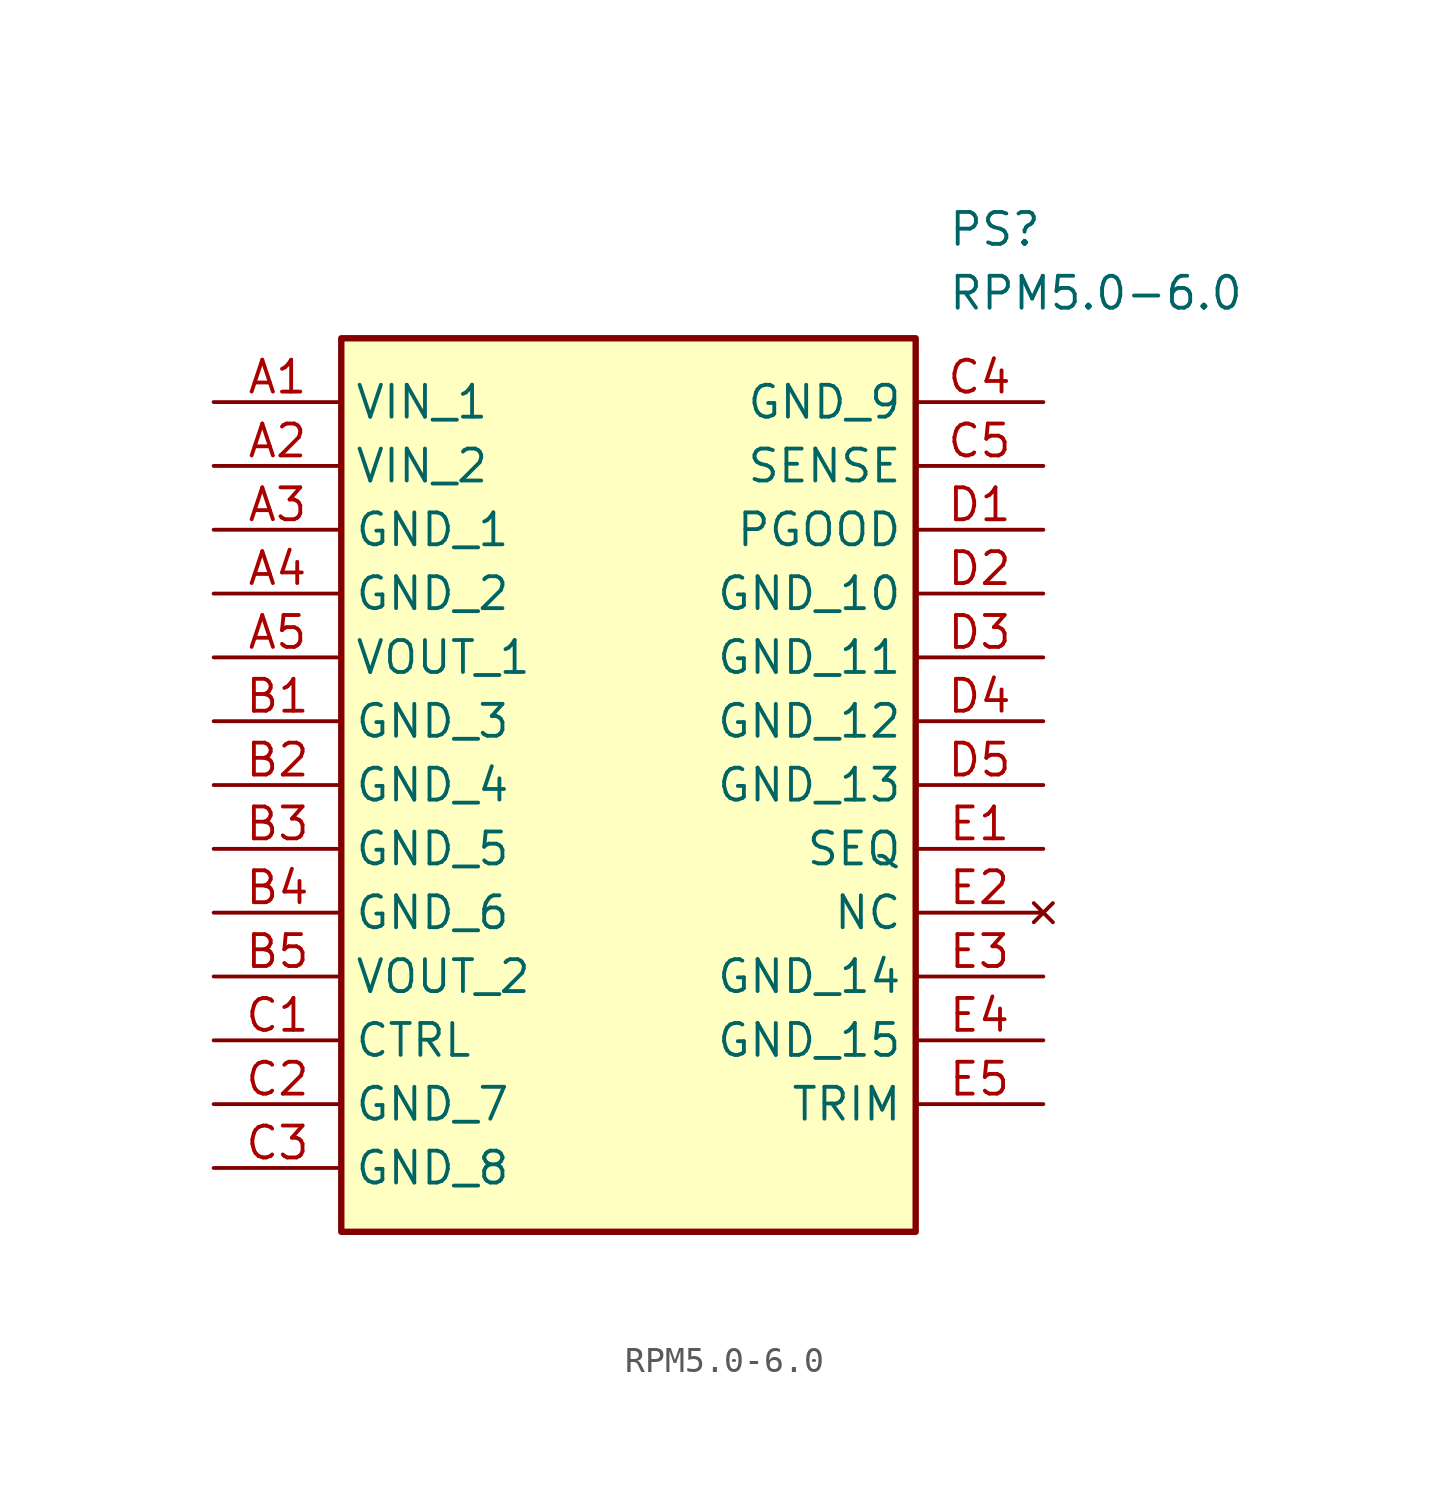
<source format=kicad_sym>
(kicad_symbol_lib
  (version 20211014)
  (generator SamacSys_ECAD_Model)
  (symbol "RPM5.0-6.0"
    (property "Reference" "PS"
      (at 29.21 7.62 0)
      (effects (font (size 1.27 1.27)) (justify left top)))
    (property "Value" "RPM5.0-6.0"
      (at 29.21 5.08 0)
      (effects (font (size 1.27 1.27)) (justify left top)))
    (rectangle
      (start 5.08 2.54)
      (end 27.94 -33.02)
      (stroke (width 0.254) (type default))
      (fill (type background)))
    (pin passive line
      (at 0 0 0)
      (length 5.08)
      (name "VIN_1" (effects (font (size 1.27 1.27))))
      (number "A1" (effects (font (size 1.27 1.27)))))
    (pin passive line
      (at 0 -2.54 0)
      (length 5.08)
      (name "VIN_2" (effects (font (size 1.27 1.27))))
      (number "A2" (effects (font (size 1.27 1.27)))))
    (pin passive line
      (at 0 -5.08 0)
      (length 5.08)
      (name "GND_1" (effects (font (size 1.27 1.27))))
      (number "A3" (effects (font (size 1.27 1.27)))))
    (pin passive line
      (at 0 -7.62 0)
      (length 5.08)
      (name "GND_2" (effects (font (size 1.27 1.27))))
      (number "A4" (effects (font (size 1.27 1.27)))))
    (pin passive line
      (at 0 -10.16 0)
      (length 5.08)
      (name "VOUT_1" (effects (font (size 1.27 1.27))))
      (number "A5" (effects (font (size 1.27 1.27)))))
    (pin passive line
      (at 0 -12.7 0)
      (length 5.08)
      (name "GND_3" (effects (font (size 1.27 1.27))))
      (number "B1" (effects (font (size 1.27 1.27)))))
    (pin passive line
      (at 0 -15.24 0)
      (length 5.08)
      (name "GND_4" (effects (font (size 1.27 1.27))))
      (number "B2" (effects (font (size 1.27 1.27)))))
    (pin passive line
      (at 0 -17.78 0)
      (length 5.08)
      (name "GND_5" (effects (font (size 1.27 1.27))))
      (number "B3" (effects (font (size 1.27 1.27)))))
    (pin passive line
      (at 0 -20.32 0)
      (length 5.08)
      (name "GND_6" (effects (font (size 1.27 1.27))))
      (number "B4" (effects (font (size 1.27 1.27)))))
    (pin passive line
      (at 0 -22.86 0)
      (length 5.08)
      (name "VOUT_2" (effects (font (size 1.27 1.27))))
      (number "B5" (effects (font (size 1.27 1.27)))))
    (pin passive line
      (at 0 -25.4 0)
      (length 5.08)
      (name "CTRL" (effects (font (size 1.27 1.27))))
      (number "C1" (effects (font (size 1.27 1.27)))))
    (pin passive line
      (at 0 -27.94 0)
      (length 5.08)
      (name "GND_7" (effects (font (size 1.27 1.27))))
      (number "C2" (effects (font (size 1.27 1.27)))))
    (pin passive line
      (at 0 -30.48 0)
      (length 5.08)
      (name "GND_8" (effects (font (size 1.27 1.27))))
      (number "C3" (effects (font (size 1.27 1.27)))))
    (pin passive line
      (at 33.02 0 180)
      (length 5.08)
      (name "GND_9" (effects (font (size 1.27 1.27))))
      (number "C4" (effects (font (size 1.27 1.27)))))
    (pin passive line
      (at 33.02 -2.54 180)
      (length 5.08)
      (name "SENSE" (effects (font (size 1.27 1.27))))
      (number "C5" (effects (font (size 1.27 1.27)))))
    (pin passive line
      (at 33.02 -5.08 180)
      (length 5.08)
      (name "PGOOD" (effects (font (size 1.27 1.27))))
      (number "D1" (effects (font (size 1.27 1.27)))))
    (pin passive line
      (at 33.02 -7.62 180)
      (length 5.08)
      (name "GND_10" (effects (font (size 1.27 1.27))))
      (number "D2" (effects (font (size 1.27 1.27)))))
    (pin passive line
      (at 33.02 -10.16 180)
      (length 5.08)
      (name "GND_11" (effects (font (size 1.27 1.27))))
      (number "D3" (effects (font (size 1.27 1.27)))))
    (pin passive line
      (at 33.02 -12.7 180)
      (length 5.08)
      (name "GND_12" (effects (font (size 1.27 1.27))))
      (number "D4" (effects (font (size 1.27 1.27)))))
    (pin passive line
      (at 33.02 -15.24 180)
      (length 5.08)
      (name "GND_13" (effects (font (size 1.27 1.27))))
      (number "D5" (effects (font (size 1.27 1.27)))))
    (pin passive line
      (at 33.02 -17.78 180)
      (length 5.08)
      (name "SEQ" (effects (font (size 1.27 1.27))))
      (number "E1" (effects (font (size 1.27 1.27)))))
    (pin no_connect line
      (at 33.02 -20.32 180)
      (length 5.08)
      (name "NC" (effects (font (size 1.27 1.27))))
      (number "E2" (effects (font (size 1.27 1.27)))))
    (pin passive line
      (at 33.02 -22.86 180)
      (length 5.08)
      (name "GND_14" (effects (font (size 1.27 1.27))))
      (number "E3" (effects (font (size 1.27 1.27)))))
    (pin passive line
      (at 33.02 -25.4 180)
      (length 5.08)
      (name "GND_15" (effects (font (size 1.27 1.27))))
      (number "E4" (effects (font (size 1.27 1.27)))))
    (pin passive line
      (at 33.02 -27.94 180)
      (length 5.08)
      (name "TRIM" (effects (font (size 1.27 1.27))))
      (number "E5" (effects (font (size 1.27 1.27)))))))
</source>
